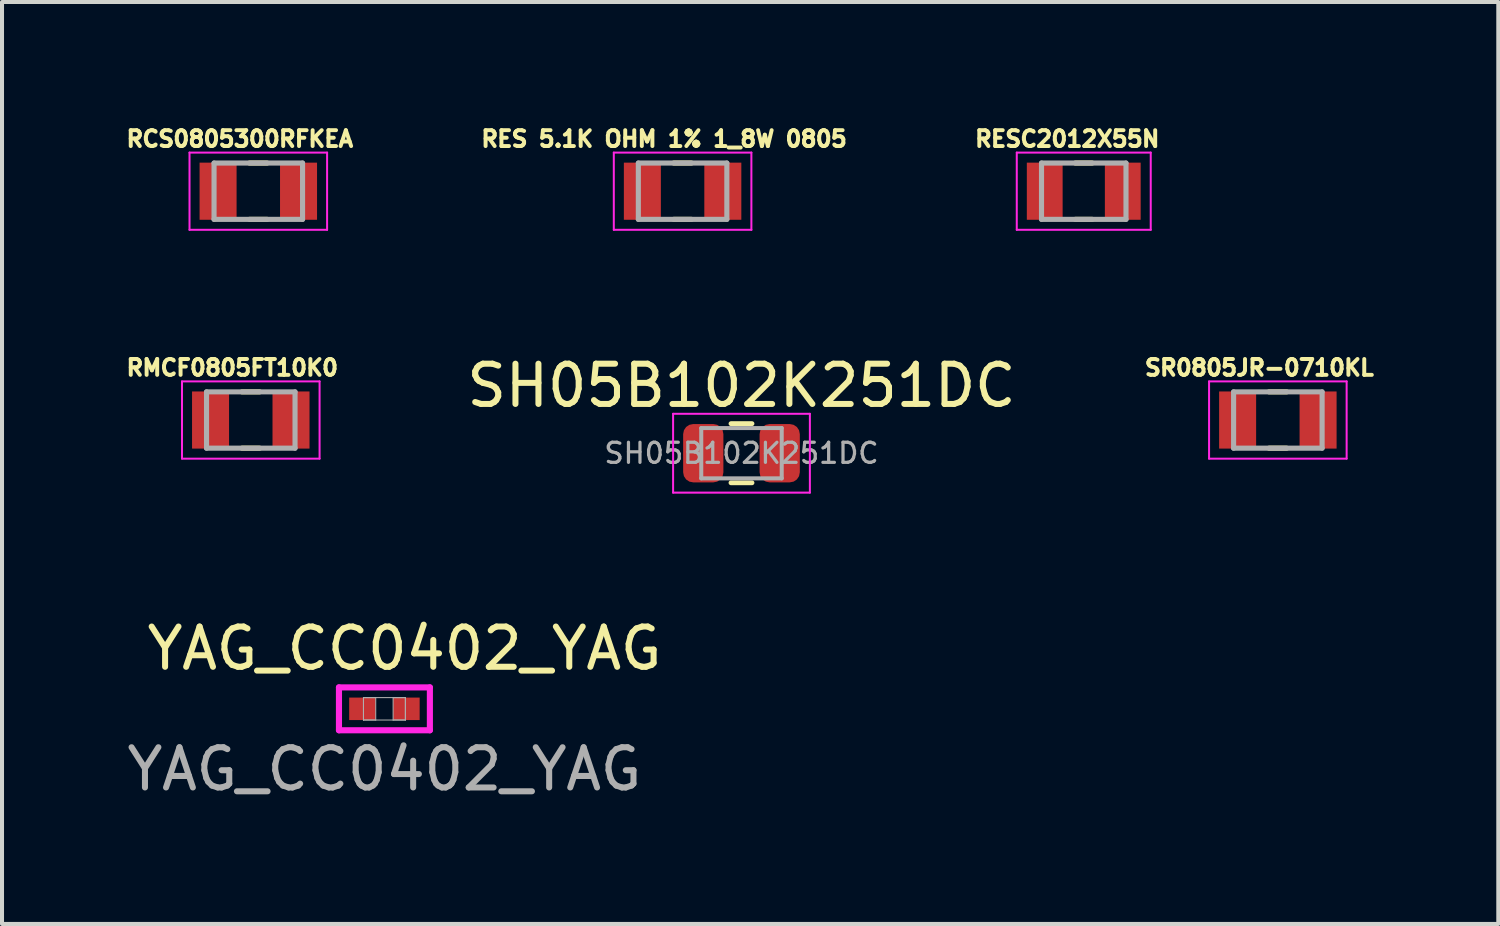
<source format=kicad_pcb>
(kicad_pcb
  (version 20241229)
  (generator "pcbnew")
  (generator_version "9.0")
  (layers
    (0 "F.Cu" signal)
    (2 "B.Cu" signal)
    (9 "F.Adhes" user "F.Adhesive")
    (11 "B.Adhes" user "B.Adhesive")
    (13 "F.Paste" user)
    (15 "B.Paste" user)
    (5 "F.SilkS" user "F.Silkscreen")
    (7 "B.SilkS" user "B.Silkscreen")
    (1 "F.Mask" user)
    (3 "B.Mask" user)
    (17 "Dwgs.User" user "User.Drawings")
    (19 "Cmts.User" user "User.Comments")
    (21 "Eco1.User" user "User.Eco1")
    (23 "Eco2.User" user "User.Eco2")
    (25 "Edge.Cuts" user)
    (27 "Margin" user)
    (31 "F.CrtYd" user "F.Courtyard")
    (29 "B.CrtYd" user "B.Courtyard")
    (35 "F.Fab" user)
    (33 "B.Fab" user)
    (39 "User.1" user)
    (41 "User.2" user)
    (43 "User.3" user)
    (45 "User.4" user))
  (footprint "RCS0805300RFKEA"
    (layer "F.Cu")
    (at 3.371 1.703)
    (property "Reference" "RCS0805300RFKEA" (at -0.46 -1.3 0) (layer "F.SilkS") (effects (font (size 0.394 0.394) (thickness 0.15))))
    (attr smd)
    (fp_line (start -0.22 -0.7) (end 0.22 -0.7) (stroke (width 0.127) (type solid)) (layer "F.SilkS"))
    (fp_line (start -0.22 0.7) (end 0.22 0.7) (stroke (width 0.127) (type solid)) (layer "F.SilkS"))
    (fp_line (start -1.71 -0.96) (end 1.71 -0.96) (stroke (width 0.05) (type solid)) (layer "F.CrtYd"))
    (fp_line (start -1.71 0.96) (end -1.71 -0.96) (stroke (width 0.05) (type solid)) (layer "F.CrtYd"))
    (fp_line (start -1.71 0.96) (end 1.71 0.96) (stroke (width 0.05) (type solid)) (layer "F.CrtYd"))
    (fp_line (start 1.71 0.96) (end 1.71 -0.96) (stroke (width 0.05) (type solid)) (layer "F.CrtYd"))
    (fp_line (start -1.1 0.7) (end -1.1 -0.7) (stroke (width 0.127) (type solid)) (layer "F.Fab"))
    (fp_line (start 1.1 -0.7) (end -1.1 -0.7) (stroke (width 0.127) (type solid)) (layer "F.Fab"))
    (fp_line (start 1.1 0.7) (end -1.1 0.7) (stroke (width 0.127) (type solid)) (layer "F.Fab"))
    (fp_line (start 1.1 0.7) (end 1.1 -0.7) (stroke (width 0.127) (type solid)) (layer "F.Fab"))
    (pad "1" smd rect (at -1 0) (size 0.92 1.42) (layers "F.Cu" "F.Mask" "F.Paste"))
    (pad "2" smd rect (at 1 0) (size 0.92 1.42) (layers "F.Cu" "F.Mask" "F.Paste")))
  (footprint "RESC2012X55N"
    (layer "F.Cu")
    (at 23.89 1.703)
    (property "Reference" "RESC2012X55N" (at -0.41 -1.3 0) (layer "F.SilkS") (effects (font (size 0.394 0.394) (thickness 0.098))))
    (attr smd)
    (fp_line (start -0.21 -0.7) (end 0.21 -0.7) (stroke (width 0.127) (type solid)) (layer "F.SilkS"))
    (fp_line (start -0.21 0.7) (end 0.21 0.7) (stroke (width 0.127) (type solid)) (layer "F.SilkS"))
    (fp_line (start -1.665 -0.96) (end 1.665 -0.96) (stroke (width 0.05) (type solid)) (layer "F.CrtYd"))
    (fp_line (start -1.665 0.96) (end -1.665 -0.96) (stroke (width 0.05) (type solid)) (layer "F.CrtYd"))
    (fp_line (start -1.665 0.96) (end 1.665 0.96) (stroke (width 0.05) (type solid)) (layer "F.CrtYd"))
    (fp_line (start 1.665 0.96) (end 1.665 -0.96) (stroke (width 0.05) (type solid)) (layer "F.CrtYd"))
    (fp_line (start -1.05 0.7) (end -1.05 -0.7) (stroke (width 0.127) (type solid)) (layer "F.Fab"))
    (fp_line (start 1.05 -0.7) (end -1.05 -0.7) (stroke (width 0.127) (type solid)) (layer "F.Fab"))
    (fp_line (start 1.05 0.7) (end -1.05 0.7) (stroke (width 0.127) (type solid)) (layer "F.Fab"))
    (fp_line (start 1.05 0.7) (end 1.05 -0.7) (stroke (width 0.127) (type solid)) (layer "F.Fab"))
    (pad "1" smd rect (at -0.97 0) (size 0.89 1.42) (layers "F.Cu" "F.Mask" "F.Paste"))
    (pad "2" smd rect (at 0.97 0) (size 0.89 1.42) (layers "F.Cu" "F.Mask" "F.Paste")))
  (footprint "YAG_CC0402_YAG"
    (layer "F.Cu")
    (at 6.506 14.57)
    (property "Reference" "YAG_CC0402_YAG" (at 0.5 -1.5 0) (unlocked yes) (layer "F.SilkS") (effects (font (size 1 1) (thickness 0.15))))
    (attr smd)
    (fp_line (start -1.13 -0.533) (end 1.13 -0.533) (stroke (width 0.152) (type solid)) (layer "F.CrtYd"))
    (fp_line (start -1.13 0.533) (end -1.13 -0.533) (stroke (width 0.152) (type solid)) (layer "F.CrtYd"))
    (fp_line (start 1.13 -0.533) (end 1.13 0.533) (stroke (width 0.152) (type solid)) (layer "F.CrtYd"))
    (fp_line (start 1.13 0.533) (end -1.13 0.533) (stroke (width 0.152) (type solid)) (layer "F.CrtYd"))
    (fp_line (start -0.521 -0.279) (end -0.521 0.279) (stroke (width 0.025) (type solid)) (layer "F.Fab"))
    (fp_line (start -0.521 -0.279) (end -0.521 0.279) (stroke (width 0.025) (type solid)) (layer "F.Fab"))
    (fp_line (start -0.521 0.279) (end -0.216 0.279) (stroke (width 0.025) (type solid)) (layer "F.Fab"))
    (fp_line (start -0.521 0.279) (end 0.521 0.279) (stroke (width 0.025) (type solid)) (layer "F.Fab"))
    (fp_line (start -0.216 -0.279) (end -0.521 -0.279) (stroke (width 0.025) (type solid)) (layer "F.Fab"))
    (fp_line (start -0.216 0.279) (end -0.216 -0.279) (stroke (width 0.025) (type solid)) (layer "F.Fab"))
    (fp_line (start 0.216 -0.279) (end 0.216 0.279) (stroke (width 0.025) (type solid)) (layer "F.Fab"))
    (fp_line (start 0.216 0.279) (end 0.521 0.279) (stroke (width 0.025) (type solid)) (layer "F.Fab"))
    (fp_line (start 0.521 -0.279) (end -0.521 -0.279) (stroke (width 0.025) (type solid)) (layer "F.Fab"))
    (fp_line (start 0.521 -0.279) (end 0.216 -0.279) (stroke (width 0.025) (type solid)) (layer "F.Fab"))
    (fp_line (start 0.521 0.279) (end 0.521 -0.279) (stroke (width 0.025) (type solid)) (layer "F.Fab"))
    (fp_line (start 0.521 0.279) (end 0.521 -0.279) (stroke (width 0.025) (type solid)) (layer "F.Fab"))
    (fp_text user "${REFERENCE}" (at 0 1.5 0) (unlocked yes) (layer "F.Fab") (effects (font (size 1 1) (thickness 0.15))))
    (pad "1" smd rect (at -0.546 0) (size 0.66 0.559) (layers "F.Cu" "F.Mask" "F.Paste"))
    (pad "2" smd rect (at 0.546 0) (size 0.66 0.559) (layers "F.Cu" "F.Mask" "F.Paste"))
    (zone (net_name "") (layer "F.Cu") (hatch full 0.508) (connect_pads) (min_thickness 0.254) (filled_areas_thickness no) (keepout (tracks not_allowed) (vias not_allowed) (pads allowed) (copperpour not_allowed) (footprints allowed)) (placement (enabled no)) (fill) (polygon (pts (xy 6.341 14.341) (xy 6.671 14.341) (xy 6.671 14.798) (xy 6.341 14.798)))))
  (footprint "SR0805JR-0710KL"
    (layer "F.Cu")
    (at 28.715 7.391)
    (property "Reference" "SR0805JR-0710KL" (at -0.46 -1.3 0) (layer "F.SilkS") (effects (font (size 0.394 0.394) (thickness 0.15))))
    (attr smd)
    (fp_line (start -0.22 -0.7) (end 0.22 -0.7) (stroke (width 0.127) (type solid)) (layer "F.SilkS"))
    (fp_line (start -0.22 0.7) (end 0.22 0.7) (stroke (width 0.127) (type solid)) (layer "F.SilkS"))
    (fp_line (start -1.71 -0.96) (end 1.71 -0.96) (stroke (width 0.05) (type solid)) (layer "F.CrtYd"))
    (fp_line (start -1.71 0.96) (end -1.71 -0.96) (stroke (width 0.05) (type solid)) (layer "F.CrtYd"))
    (fp_line (start -1.71 0.96) (end 1.71 0.96) (stroke (width 0.05) (type solid)) (layer "F.CrtYd"))
    (fp_line (start 1.71 0.96) (end 1.71 -0.96) (stroke (width 0.05) (type solid)) (layer "F.CrtYd"))
    (fp_line (start -1.1 0.7) (end -1.1 -0.7) (stroke (width 0.127) (type solid)) (layer "F.Fab"))
    (fp_line (start 1.1 -0.7) (end -1.1 -0.7) (stroke (width 0.127) (type solid)) (layer "F.Fab"))
    (fp_line (start 1.1 0.7) (end -1.1 0.7) (stroke (width 0.127) (type solid)) (layer "F.Fab"))
    (fp_line (start 1.1 0.7) (end 1.1 -0.7) (stroke (width 0.127) (type solid)) (layer "F.Fab"))
    (pad "1" smd rect (at -1 0) (size 0.92 1.42) (layers "F.Cu" "F.Mask" "F.Paste"))
    (pad "2" smd rect (at 1 0) (size 0.92 1.42) (layers "F.Cu" "F.Mask" "F.Paste")))
  (footprint "RES 5.1K OHM 1% 1_8W 0805"
    (layer "F.Cu")
    (at 13.918 1.703)
    (property "Reference" "RES 5.1K OHM 1% 1_8W 0805" (at -0.46 -1.3 0) (layer "F.SilkS") (effects (font (size 0.394 0.394) (thickness 0.15))))
    (attr smd)
    (fp_line (start -0.22 -0.7) (end 0.22 -0.7) (stroke (width 0.127) (type solid)) (layer "F.SilkS"))
    (fp_line (start -0.22 0.7) (end 0.22 0.7) (stroke (width 0.127) (type solid)) (layer "F.SilkS"))
    (fp_line (start -1.71 -0.96) (end 1.71 -0.96) (stroke (width 0.05) (type solid)) (layer "F.CrtYd"))
    (fp_line (start -1.71 0.96) (end -1.71 -0.96) (stroke (width 0.05) (type solid)) (layer "F.CrtYd"))
    (fp_line (start -1.71 0.96) (end 1.71 0.96) (stroke (width 0.05) (type solid)) (layer "F.CrtYd"))
    (fp_line (start 1.71 0.96) (end 1.71 -0.96) (stroke (width 0.05) (type solid)) (layer "F.CrtYd"))
    (fp_line (start -1.1 0.7) (end -1.1 -0.7) (stroke (width 0.127) (type solid)) (layer "F.Fab"))
    (fp_line (start 1.1 -0.7) (end -1.1 -0.7) (stroke (width 0.127) (type solid)) (layer "F.Fab"))
    (fp_line (start 1.1 0.7) (end -1.1 0.7) (stroke (width 0.127) (type solid)) (layer "F.Fab"))
    (fp_line (start 1.1 0.7) (end 1.1 -0.7) (stroke (width 0.127) (type solid)) (layer "F.Fab"))
    (pad "1" smd rect (at -1 0) (size 0.92 1.42) (layers "F.Cu" "F.Mask" "F.Paste"))
    (pad "2" smd rect (at 1 0) (size 0.92 1.42) (layers "F.Cu" "F.Mask" "F.Paste")))
  (footprint "RMCF0805FT10K0"
    (layer "F.Cu")
    (at 3.184 7.391)
    (property "Reference" "RMCF0805FT10K0" (at -0.46 -1.3 0) (layer "F.SilkS") (effects (font (size 0.394 0.394) (thickness 0.098))))
    (attr smd)
    (fp_line (start -0.22 -0.7) (end 0.22 -0.7) (stroke (width 0.127) (type solid)) (layer "F.SilkS"))
    (fp_line (start -0.22 0.7) (end 0.22 0.7) (stroke (width 0.127) (type solid)) (layer "F.SilkS"))
    (fp_line (start -1.71 -0.96) (end 1.71 -0.96) (stroke (width 0.05) (type solid)) (layer "F.CrtYd"))
    (fp_line (start -1.71 0.96) (end -1.71 -0.96) (stroke (width 0.05) (type solid)) (layer "F.CrtYd"))
    (fp_line (start -1.71 0.96) (end 1.71 0.96) (stroke (width 0.05) (type solid)) (layer "F.CrtYd"))
    (fp_line (start 1.71 0.96) (end 1.71 -0.96) (stroke (width 0.05) (type solid)) (layer "F.CrtYd"))
    (fp_line (start -1.1 0.7) (end -1.1 -0.7) (stroke (width 0.127) (type solid)) (layer "F.Fab"))
    (fp_line (start 1.1 -0.7) (end -1.1 -0.7) (stroke (width 0.127) (type solid)) (layer "F.Fab"))
    (fp_line (start 1.1 0.7) (end -1.1 0.7) (stroke (width 0.127) (type solid)) (layer "F.Fab"))
    (fp_line (start 1.1 0.7) (end 1.1 -0.7) (stroke (width 0.127) (type solid)) (layer "F.Fab"))
    (pad "1" smd rect (at -1 0) (size 0.92 1.42) (layers "F.Cu" "F.Mask" "F.Paste"))
    (pad "2" smd rect (at 1 0) (size 0.92 1.42) (layers "F.Cu" "F.Mask" "F.Paste")))
  (footprint "SH05B102K251DC"
    (layer "F.Cu")
    (at 15.382 8.216)
    (property "Reference" "SH05B102K251DC" (at 0 -1.68 0) (layer "F.SilkS") (effects (font (size 1 1) (thickness 0.15))))
    (attr smd)
    (fp_line (start -0.261 -0.735) (end 0.261 -0.735) (stroke (width 0.12) (type solid)) (layer "F.SilkS"))
    (fp_line (start -0.261 0.735) (end 0.261 0.735) (stroke (width 0.12) (type solid)) (layer "F.SilkS"))
    (fp_line (start -1.7 -0.98) (end 1.7 -0.98) (stroke (width 0.05) (type solid)) (layer "F.CrtYd"))
    (fp_line (start -1.7 0.98) (end -1.7 -0.98) (stroke (width 0.05) (type solid)) (layer "F.CrtYd"))
    (fp_line (start 1.7 -0.98) (end 1.7 0.98) (stroke (width 0.05) (type solid)) (layer "F.CrtYd"))
    (fp_line (start 1.7 0.98) (end -1.7 0.98) (stroke (width 0.05) (type solid)) (layer "F.CrtYd"))
    (fp_line (start -1 -0.625) (end 1 -0.625) (stroke (width 0.1) (type solid)) (layer "F.Fab"))
    (fp_line (start -1 0.625) (end -1 -0.625) (stroke (width 0.1) (type solid)) (layer "F.Fab"))
    (fp_line (start 1 -0.625) (end 1 0.625) (stroke (width 0.1) (type solid)) (layer "F.Fab"))
    (fp_line (start 1 0.625) (end -1 0.625) (stroke (width 0.1) (type solid)) (layer "F.Fab"))
    (fp_text user "${REFERENCE}" (at 0 0 0) (layer "F.Fab") (effects (font (size 0.5 0.5) (thickness 0.08))))
    (pad "1" smd roundrect (at -0.95 0) (size 1 1.45) (layers "F.Cu" "F.Mask" "F.Paste") (roundrect_rratio 0.25))
    (pad "2" smd roundrect (at 0.95 0) (size 1 1.45) (layers "F.Cu" "F.Mask" "F.Paste") (roundrect_rratio 0.25)))
  (gr_rect
    (start -3 -3)
    (end 34.195 19.918)
    (stroke (width 0.1) (type default))
    (fill no)
    (layer "Edge.Cuts")))
</source>
